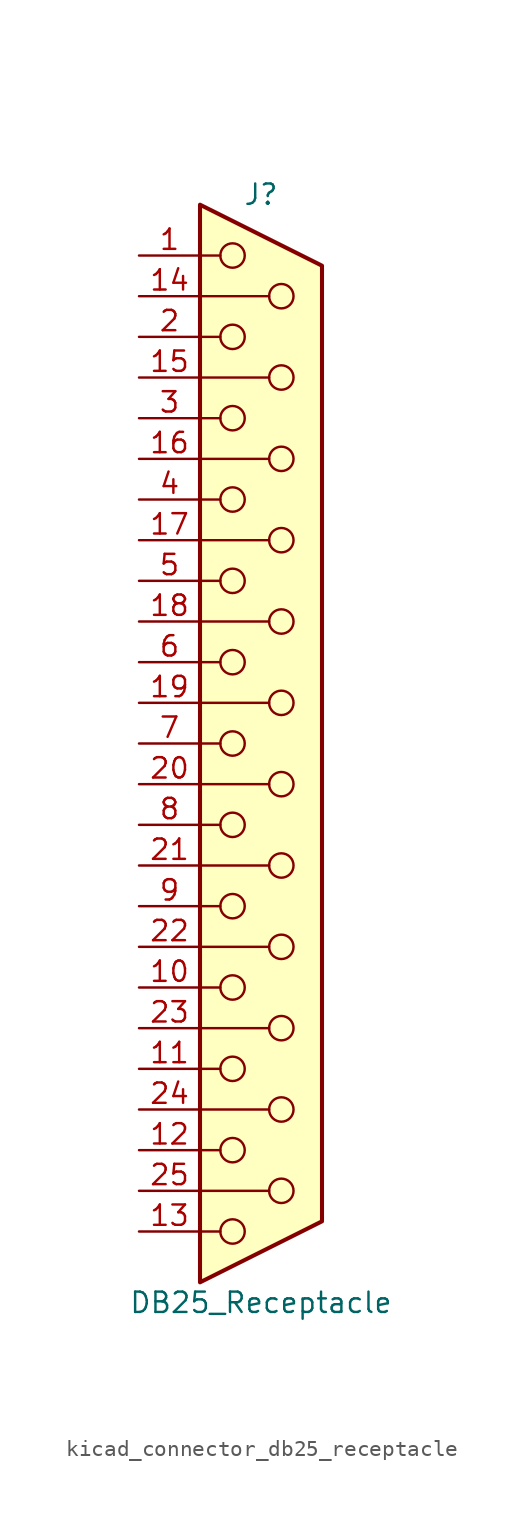
<source format=kicad_sym>
(kicad_symbol_lib
  (version 20220914)
  (generator kicad_symbol_editor)
  (symbol "kicad_connector_db25_receptacle"
    (pin_names
      (offset 1.016) hide)
    (property "Reference" "J"
      (at 0 34.29 0)
      (effects (font (size 1.27 1.27))))
    (property "Value" "DB25_Receptacle"
      (at 0 -34.925 0)
      (effects (font (size 1.27 1.27))))
    (symbol "kicad_connector_db25_receptacle_0_1"
      (circle (center -1.778 -30.48) (radius 0.762) (stroke (width 0) (type default)) (fill (type none)))
      (circle (center -1.778 -25.4) (radius 0.762) (stroke (width 0) (type default)) (fill (type none)))
      (circle (center -1.778 -20.32) (radius 0.762) (stroke (width 0) (type default)) (fill (type none)))
      (circle (center -1.778 -15.24) (radius 0.762) (stroke (width 0) (type default)) (fill (type none)))
      (circle (center -1.778 -10.16) (radius 0.762) (stroke (width 0) (type default)) (fill (type none)))
      (circle (center -1.778 -5.08) (radius 0.762) (stroke (width 0) (type default)) (fill (type none)))
      (circle (center -1.778 0) (radius 0.762) (stroke (width 0) (type default)) (fill (type none)))
      (circle (center -1.778 5.08) (radius 0.762) (stroke (width 0) (type default)) (fill (type none)))
      (circle (center -1.778 10.16) (radius 0.762) (stroke (width 0) (type default)) (fill (type none)))
      (circle (center -1.778 15.24) (radius 0.762) (stroke (width 0) (type default)) (fill (type none)))
      (circle (center -1.778 20.32) (radius 0.762) (stroke (width 0) (type default)) (fill (type none)))
      (circle (center -1.778 25.4) (radius 0.762) (stroke (width 0) (type default)) (fill (type none)))
      (circle (center -1.778 30.48) (radius 0.762) (stroke (width 0) (type default)) (fill (type none)))
      (polyline (pts (xy -3.81 -30.48) (xy -2.54 -30.48)) (stroke (width 0) (type default)) (fill (type none)))
      (polyline (pts (xy -3.81 -27.94) (xy 0.508 -27.94)) (stroke (width 0) (type default)) (fill (type none)))
      (polyline (pts (xy -3.81 -25.4) (xy -2.54 -25.4)) (stroke (width 0) (type default)) (fill (type none)))
      (polyline (pts (xy -3.81 -22.86) (xy 0.508 -22.86)) (stroke (width 0) (type default)) (fill (type none)))
      (polyline (pts (xy -3.81 -20.32) (xy -2.54 -20.32)) (stroke (width 0) (type default)) (fill (type none)))
      (polyline (pts (xy -3.81 -17.78) (xy 0.508 -17.78)) (stroke (width 0) (type default)) (fill (type none)))
      (polyline (pts (xy -3.81 -15.24) (xy -2.54 -15.24)) (stroke (width 0) (type default)) (fill (type none)))
      (polyline (pts (xy -3.81 -12.7) (xy 0.508 -12.7)) (stroke (width 0) (type default)) (fill (type none)))
      (polyline (pts (xy -3.81 -10.16) (xy -2.54 -10.16)) (stroke (width 0) (type default)) (fill (type none)))
      (polyline (pts (xy -3.81 -7.62) (xy 0.508 -7.62)) (stroke (width 0) (type default)) (fill (type none)))
      (polyline (pts (xy -3.81 -5.08) (xy -2.54 -5.08)) (stroke (width 0) (type default)) (fill (type none)))
      (polyline (pts (xy -3.81 -2.54) (xy 0.508 -2.54)) (stroke (width 0) (type default)) (fill (type none)))
      (polyline (pts (xy -3.81 0) (xy -2.54 0)) (stroke (width 0) (type default)) (fill (type none)))
      (polyline (pts (xy -3.81 2.54) (xy 0.508 2.54)) (stroke (width 0) (type default)) (fill (type none)))
      (polyline (pts (xy -3.81 5.08) (xy -2.54 5.08)) (stroke (width 0) (type default)) (fill (type none)))
      (polyline (pts (xy -3.81 7.62) (xy 0.508 7.62)) (stroke (width 0) (type default)) (fill (type none)))
      (polyline (pts (xy -3.81 10.16) (xy -2.54 10.16)) (stroke (width 0) (type default)) (fill (type none)))
      (polyline (pts (xy -3.81 12.7) (xy 0.508 12.7)) (stroke (width 0) (type default)) (fill (type none)))
      (polyline (pts (xy -3.81 15.24) (xy -2.54 15.24)) (stroke (width 0) (type default)) (fill (type none)))
      (polyline (pts (xy -3.81 17.78) (xy 0.508 17.78)) (stroke (width 0) (type default)) (fill (type none)))
      (polyline (pts (xy -3.81 20.32) (xy -2.54 20.32)) (stroke (width 0) (type default)) (fill (type none)))
      (polyline (pts (xy -3.81 22.86) (xy 0.508 22.86)) (stroke (width 0) (type default)) (fill (type none)))
      (polyline (pts (xy -3.81 25.4) (xy -2.54 25.4)) (stroke (width 0) (type default)) (fill (type none)))
      (polyline (pts (xy -3.81 27.94) (xy 0.508 27.94)) (stroke (width 0) (type default)) (fill (type none)))
      (polyline (pts (xy -3.81 30.48) (xy -2.54 30.48)) (stroke (width 0) (type default)) (fill (type none)))
      (polyline (pts (xy -3.81 33.655) (xy 3.81 29.845) (xy 3.81 -29.845) (xy -3.81 -33.655) (xy -3.81 33.655)) (stroke (width 0.254) (type default)) (fill (type background)))
      (circle (center 1.27 -27.94) (radius 0.762) (stroke (width 0) (type default)) (fill (type none)))
      (circle (center 1.27 -22.86) (radius 0.762) (stroke (width 0) (type default)) (fill (type none)))
      (circle (center 1.27 -17.78) (radius 0.762) (stroke (width 0) (type default)) (fill (type none)))
      (circle (center 1.27 -12.7) (radius 0.762) (stroke (width 0) (type default)) (fill (type none)))
      (circle (center 1.27 -7.62) (radius 0.762) (stroke (width 0) (type default)) (fill (type none)))
      (circle (center 1.27 -2.54) (radius 0.762) (stroke (width 0) (type default)) (fill (type none)))
      (circle (center 1.27 2.54) (radius 0.762) (stroke (width 0) (type default)) (fill (type none)))
      (circle (center 1.27 7.62) (radius 0.762) (stroke (width 0) (type default)) (fill (type none)))
      (circle (center 1.27 12.7) (radius 0.762) (stroke (width 0) (type default)) (fill (type none)))
      (circle (center 1.27 17.78) (radius 0.762) (stroke (width 0) (type default)) (fill (type none)))
      (circle (center 1.27 22.86) (radius 0.762) (stroke (width 0) (type default)) (fill (type none)))
      (circle (center 1.27 27.94) (radius 0.762) (stroke (width 0) (type default)) (fill (type none))))
    (symbol "kicad_connector_db25_receptacle_1_1"
      (pin passive line (at -7.62 30.48 0) (length 3.81) (name "1" (effects (font (size 1.27 1.27)))) (number "1" (effects (font (size 1.27 1.27)))))
      (pin passive line (at -7.62 -15.24 0) (length 3.81) (name "10" (effects (font (size 1.27 1.27)))) (number "10" (effects (font (size 1.27 1.27)))))
      (pin passive line (at -7.62 -20.32 0) (length 3.81) (name "11" (effects (font (size 1.27 1.27)))) (number "11" (effects (font (size 1.27 1.27)))))
      (pin passive line (at -7.62 -25.4 0) (length 3.81) (name "12" (effects (font (size 1.27 1.27)))) (number "12" (effects (font (size 1.27 1.27)))))
      (pin passive line (at -7.62 -30.48 0) (length 3.81) (name "13" (effects (font (size 1.27 1.27)))) (number "13" (effects (font (size 1.27 1.27)))))
      (pin passive line (at -7.62 27.94 0) (length 3.81) (name "P14" (effects (font (size 1.27 1.27)))) (number "14" (effects (font (size 1.27 1.27)))))
      (pin passive line (at -7.62 22.86 0) (length 3.81) (name "P15" (effects (font (size 1.27 1.27)))) (number "15" (effects (font (size 1.27 1.27)))))
      (pin passive line (at -7.62 17.78 0) (length 3.81) (name "P16" (effects (font (size 1.27 1.27)))) (number "16" (effects (font (size 1.27 1.27)))))
      (pin passive line (at -7.62 12.7 0) (length 3.81) (name "P17" (effects (font (size 1.27 1.27)))) (number "17" (effects (font (size 1.27 1.27)))))
      (pin passive line (at -7.62 7.62 0) (length 3.81) (name "P18" (effects (font (size 1.27 1.27)))) (number "18" (effects (font (size 1.27 1.27)))))
      (pin passive line (at -7.62 2.54 0) (length 3.81) (name "P19" (effects (font (size 1.27 1.27)))) (number "19" (effects (font (size 1.27 1.27)))))
      (pin passive line (at -7.62 25.4 0) (length 3.81) (name "2" (effects (font (size 1.27 1.27)))) (number "2" (effects (font (size 1.27 1.27)))))
      (pin passive line (at -7.62 -2.54 0) (length 3.81) (name "P20" (effects (font (size 1.27 1.27)))) (number "20" (effects (font (size 1.27 1.27)))))
      (pin passive line (at -7.62 -7.62 0) (length 3.81) (name "P21" (effects (font (size 1.27 1.27)))) (number "21" (effects (font (size 1.27 1.27)))))
      (pin passive line (at -7.62 -12.7 0) (length 3.81) (name "P22" (effects (font (size 1.27 1.27)))) (number "22" (effects (font (size 1.27 1.27)))))
      (pin passive line (at -7.62 -17.78 0) (length 3.81) (name "P23" (effects (font (size 1.27 1.27)))) (number "23" (effects (font (size 1.27 1.27)))))
      (pin passive line (at -7.62 -22.86 0) (length 3.81) (name "P24" (effects (font (size 1.27 1.27)))) (number "24" (effects (font (size 1.27 1.27)))))
      (pin passive line (at -7.62 -27.94 0) (length 3.81) (name "P25" (effects (font (size 1.27 1.27)))) (number "25" (effects (font (size 1.27 1.27)))))
      (pin passive line (at -7.62 20.32 0) (length 3.81) (name "3" (effects (font (size 1.27 1.27)))) (number "3" (effects (font (size 1.27 1.27)))))
      (pin passive line (at -7.62 15.24 0) (length 3.81) (name "4" (effects (font (size 1.27 1.27)))) (number "4" (effects (font (size 1.27 1.27)))))
      (pin passive line (at -7.62 10.16 0) (length 3.81) (name "5" (effects (font (size 1.27 1.27)))) (number "5" (effects (font (size 1.27 1.27)))))
      (pin passive line (at -7.62 5.08 0) (length 3.81) (name "6" (effects (font (size 1.27 1.27)))) (number "6" (effects (font (size 1.27 1.27)))))
      (pin passive line (at -7.62 0 0) (length 3.81) (name "7" (effects (font (size 1.27 1.27)))) (number "7" (effects (font (size 1.27 1.27)))))
      (pin passive line (at -7.62 -5.08 0) (length 3.81) (name "8" (effects (font (size 1.27 1.27)))) (number "8" (effects (font (size 1.27 1.27)))))
      (pin passive line (at -7.62 -10.16 0) (length 3.81) (name "9" (effects (font (size 1.27 1.27)))) (number "9" (effects (font (size 1.27 1.27))))))))
</source>
